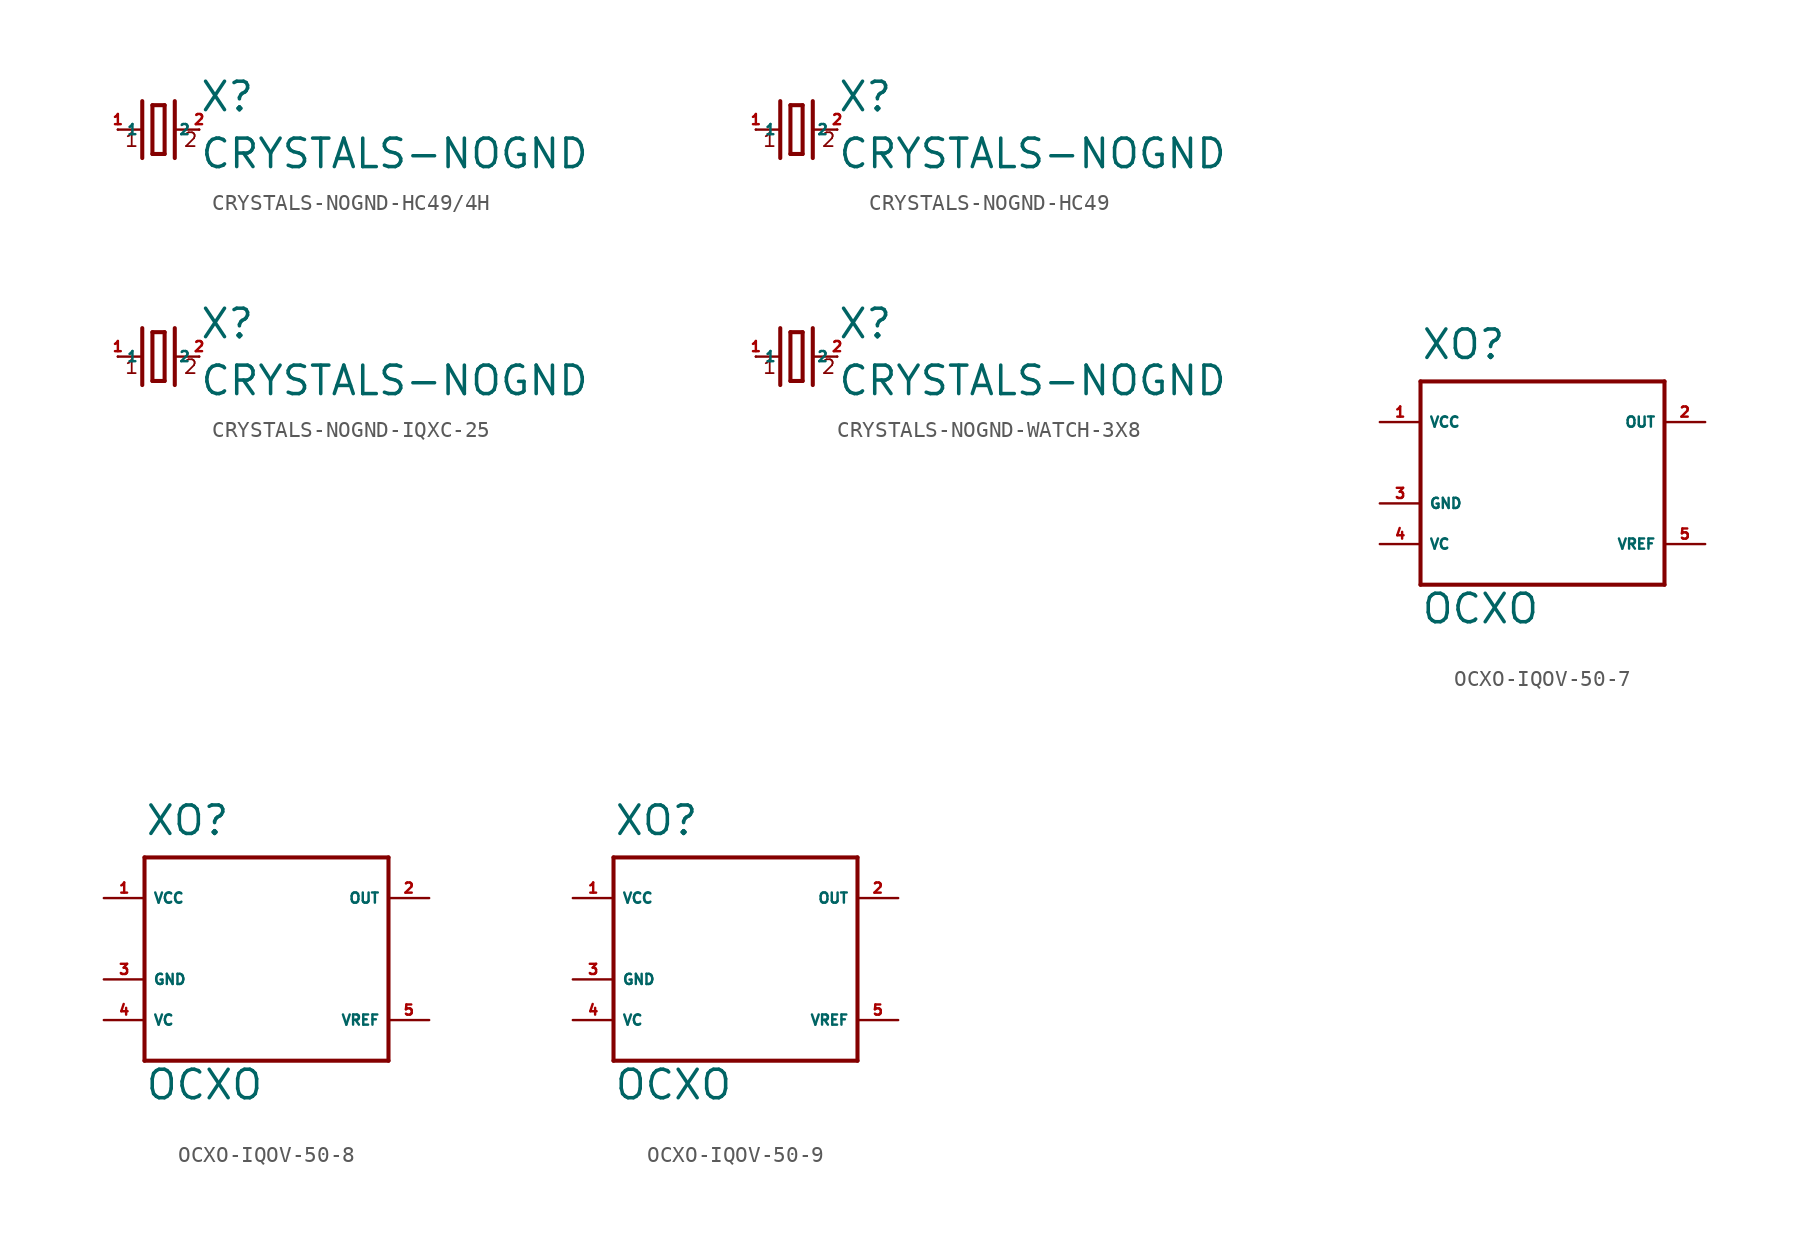
<source format=kicad_sym>
(kicad_symbol_lib
  (version 20220914)
  (generator Eagle2Kicad)
  (symbol "CRYSTALS-NOGND-HC49/4H"
    (property "Reference" "X"
      (at 2.54 1.016 0)
      (effects (font (size 1.778 1.778) (thickness 0.22)) (justify left bottom)))
    (property "Value" "CRYSTALS-NOGND"
      (at 2.54 -2.54 0)
      (effects (font (size 1.778 1.778) (thickness 0.22)) (justify left bottom)))
    (polyline
      (pts (xy 1.016 0) (xy 2.54 0))
      (stroke (width 0.152) (type default))
      (fill (type none)))
    (polyline
      (pts (xy -2.54 0) (xy -1.016 0))
      (stroke (width 0.152) (type default))
      (fill (type none)))
    (polyline
      (pts (xy -0.381 1.524) (xy -0.381 -1.524))
      (stroke (width 0.254) (type default))
      (fill (type none)))
    (polyline
      (pts (xy -0.381 -1.524) (xy 0.381 -1.524))
      (stroke (width 0.254) (type default))
      (fill (type none)))
    (polyline
      (pts (xy 0.381 -1.524) (xy 0.381 1.524))
      (stroke (width 0.254) (type default))
      (fill (type none)))
    (polyline
      (pts (xy 0.381 1.524) (xy -0.381 1.524))
      (stroke (width 0.254) (type default))
      (fill (type none)))
    (polyline
      (pts (xy 1.016 1.778) (xy 1.016 -1.778))
      (stroke (width 0.254) (type default))
      (fill (type none)))
    (polyline
      (pts (xy -1.016 1.778) (xy -1.016 -1.778))
      (stroke (width 0.254) (type default))
      (fill (type none)))
    (text "1"
      (at -2.159 -1.143 0)
      (effects (font (size 0.864 0.864) (thickness 0.11)) (justify left bottom)))
    (text "2"
      (at 1.524 -1.143 0)
      (effects (font (size 0.864 0.864) (thickness 0.11)) (justify left bottom)))
    (pin passive line
      (at 2.54 0 180)
      (length 0)
      (name "2" (effects (font (size 0.635 0.635) (thickness 0.08)) (justify left bottom)))
      (number "2" (effects (font (size 0.635 0.635) (thickness 0.08)) (justify left bottom))))
    (pin passive line
      (at -2.54 0 0)
      (length 0)
      (name "1" (effects (font (size 0.635 0.635) (thickness 0.08)) (justify left bottom)))
      (number "1" (effects (font (size 0.635 0.635) (thickness 0.08)) (justify left bottom)))))
  (symbol "CRYSTALS-NOGND-HC49"
    (property "Reference" "X"
      (at 2.54 1.016 0)
      (effects (font (size 1.778 1.778) (thickness 0.22)) (justify left bottom)))
    (property "Value" "CRYSTALS-NOGND"
      (at 2.54 -2.54 0)
      (effects (font (size 1.778 1.778) (thickness 0.22)) (justify left bottom)))
    (polyline
      (pts (xy 1.016 0) (xy 2.54 0))
      (stroke (width 0.152) (type default))
      (fill (type none)))
    (polyline
      (pts (xy -2.54 0) (xy -1.016 0))
      (stroke (width 0.152) (type default))
      (fill (type none)))
    (polyline
      (pts (xy -0.381 1.524) (xy -0.381 -1.524))
      (stroke (width 0.254) (type default))
      (fill (type none)))
    (polyline
      (pts (xy -0.381 -1.524) (xy 0.381 -1.524))
      (stroke (width 0.254) (type default))
      (fill (type none)))
    (polyline
      (pts (xy 0.381 -1.524) (xy 0.381 1.524))
      (stroke (width 0.254) (type default))
      (fill (type none)))
    (polyline
      (pts (xy 0.381 1.524) (xy -0.381 1.524))
      (stroke (width 0.254) (type default))
      (fill (type none)))
    (polyline
      (pts (xy 1.016 1.778) (xy 1.016 -1.778))
      (stroke (width 0.254) (type default))
      (fill (type none)))
    (polyline
      (pts (xy -1.016 1.778) (xy -1.016 -1.778))
      (stroke (width 0.254) (type default))
      (fill (type none)))
    (text "1"
      (at -2.159 -1.143 0)
      (effects (font (size 0.864 0.864) (thickness 0.11)) (justify left bottom)))
    (text "2"
      (at 1.524 -1.143 0)
      (effects (font (size 0.864 0.864) (thickness 0.11)) (justify left bottom)))
    (pin passive line
      (at 2.54 0 180)
      (length 0)
      (name "2" (effects (font (size 0.635 0.635) (thickness 0.08)) (justify left bottom)))
      (number "2" (effects (font (size 0.635 0.635) (thickness 0.08)) (justify left bottom))))
    (pin passive line
      (at -2.54 0 0)
      (length 0)
      (name "1" (effects (font (size 0.635 0.635) (thickness 0.08)) (justify left bottom)))
      (number "1" (effects (font (size 0.635 0.635) (thickness 0.08)) (justify left bottom)))))
  (symbol "CRYSTALS-NOGND-IQXC-25"
    (property "Reference" "X"
      (at 2.54 1.016 0)
      (effects (font (size 1.778 1.778) (thickness 0.22)) (justify left bottom)))
    (property "Value" "CRYSTALS-NOGND"
      (at 2.54 -2.54 0)
      (effects (font (size 1.778 1.778) (thickness 0.22)) (justify left bottom)))
    (polyline
      (pts (xy 1.016 0) (xy 2.54 0))
      (stroke (width 0.152) (type default))
      (fill (type none)))
    (polyline
      (pts (xy -2.54 0) (xy -1.016 0))
      (stroke (width 0.152) (type default))
      (fill (type none)))
    (polyline
      (pts (xy -0.381 1.524) (xy -0.381 -1.524))
      (stroke (width 0.254) (type default))
      (fill (type none)))
    (polyline
      (pts (xy -0.381 -1.524) (xy 0.381 -1.524))
      (stroke (width 0.254) (type default))
      (fill (type none)))
    (polyline
      (pts (xy 0.381 -1.524) (xy 0.381 1.524))
      (stroke (width 0.254) (type default))
      (fill (type none)))
    (polyline
      (pts (xy 0.381 1.524) (xy -0.381 1.524))
      (stroke (width 0.254) (type default))
      (fill (type none)))
    (polyline
      (pts (xy 1.016 1.778) (xy 1.016 -1.778))
      (stroke (width 0.254) (type default))
      (fill (type none)))
    (polyline
      (pts (xy -1.016 1.778) (xy -1.016 -1.778))
      (stroke (width 0.254) (type default))
      (fill (type none)))
    (text "1"
      (at -2.159 -1.143 0)
      (effects (font (size 0.864 0.864) (thickness 0.11)) (justify left bottom)))
    (text "2"
      (at 1.524 -1.143 0)
      (effects (font (size 0.864 0.864) (thickness 0.11)) (justify left bottom)))
    (pin passive line
      (at 2.54 0 180)
      (length 0)
      (name "2" (effects (font (size 0.635 0.635) (thickness 0.08)) (justify left bottom)))
      (number "2" (effects (font (size 0.635 0.635) (thickness 0.08)) (justify left bottom))))
    (pin passive line
      (at -2.54 0 0)
      (length 0)
      (name "1" (effects (font (size 0.635 0.635) (thickness 0.08)) (justify left bottom)))
      (number "1" (effects (font (size 0.635 0.635) (thickness 0.08)) (justify left bottom)))))
  (symbol "CRYSTALS-NOGND-WATCH-3X8"
    (property "Reference" "X"
      (at 2.54 1.016 0)
      (effects (font (size 1.778 1.778) (thickness 0.22)) (justify left bottom)))
    (property "Value" "CRYSTALS-NOGND"
      (at 2.54 -2.54 0)
      (effects (font (size 1.778 1.778) (thickness 0.22)) (justify left bottom)))
    (polyline
      (pts (xy 1.016 0) (xy 2.54 0))
      (stroke (width 0.152) (type default))
      (fill (type none)))
    (polyline
      (pts (xy -2.54 0) (xy -1.016 0))
      (stroke (width 0.152) (type default))
      (fill (type none)))
    (polyline
      (pts (xy -0.381 1.524) (xy -0.381 -1.524))
      (stroke (width 0.254) (type default))
      (fill (type none)))
    (polyline
      (pts (xy -0.381 -1.524) (xy 0.381 -1.524))
      (stroke (width 0.254) (type default))
      (fill (type none)))
    (polyline
      (pts (xy 0.381 -1.524) (xy 0.381 1.524))
      (stroke (width 0.254) (type default))
      (fill (type none)))
    (polyline
      (pts (xy 0.381 1.524) (xy -0.381 1.524))
      (stroke (width 0.254) (type default))
      (fill (type none)))
    (polyline
      (pts (xy 1.016 1.778) (xy 1.016 -1.778))
      (stroke (width 0.254) (type default))
      (fill (type none)))
    (polyline
      (pts (xy -1.016 1.778) (xy -1.016 -1.778))
      (stroke (width 0.254) (type default))
      (fill (type none)))
    (text "1"
      (at -2.159 -1.143 0)
      (effects (font (size 0.864 0.864) (thickness 0.11)) (justify left bottom)))
    (text "2"
      (at 1.524 -1.143 0)
      (effects (font (size 0.864 0.864) (thickness 0.11)) (justify left bottom)))
    (pin passive line
      (at 2.54 0 180)
      (length 0)
      (name "2" (effects (font (size 0.635 0.635) (thickness 0.08)) (justify left bottom)))
      (number "2" (effects (font (size 0.635 0.635) (thickness 0.08)) (justify left bottom))))
    (pin passive line
      (at -2.54 0 0)
      (length 0)
      (name "1" (effects (font (size 0.635 0.635) (thickness 0.08)) (justify left bottom)))
      (number "1" (effects (font (size 0.635 0.635) (thickness 0.08)) (justify left bottom)))))
  (symbol "OCXO-IQOV-50-7"
    (property "Reference" "XO"
      (at -7.62 8.89 0)
      (effects (font (size 1.778 1.778) (thickness 0.22)) (justify left bottom)))
    (property "Value" "OCXO"
      (at -7.62 -7.62 0)
      (effects (font (size 1.778 1.778) (thickness 0.22)) (justify left bottom)))
    (polyline
      (pts (xy -7.62 7.62) (xy -7.62 -5.08))
      (stroke (width 0.254) (type default))
      (fill (type none)))
    (polyline
      (pts (xy -7.62 -5.08) (xy 7.62 -5.08))
      (stroke (width 0.254) (type default))
      (fill (type none)))
    (polyline
      (pts (xy 7.62 -5.08) (xy 7.62 7.62))
      (stroke (width 0.254) (type default))
      (fill (type none)))
    (polyline
      (pts (xy 7.62 7.62) (xy -7.62 7.62))
      (stroke (width 0.254) (type default))
      (fill (type none)))
    (pin unspecified line
      (at -10.16 5.08 0)
      (length 2.54)
      (name "VCC" (effects (font (size 0.635 0.635) (thickness 0.08)) (justify left bottom)))
      (number "1" (effects (font (size 0.635 0.635) (thickness 0.08)) (justify left bottom))))
    (pin unspecified line
      (at -10.16 0 0)
      (length 2.54)
      (name "GND" (effects (font (size 0.635 0.635) (thickness 0.08)) (justify left bottom)))
      (number "3" (effects (font (size 0.635 0.635) (thickness 0.08)) (justify left bottom))))
    (pin output line
      (at 10.16 5.08 180)
      (length 2.54)
      (name "OUT" (effects (font (size 0.635 0.635) (thickness 0.08)) (justify left bottom)))
      (number "2" (effects (font (size 0.635 0.635) (thickness 0.08)) (justify left bottom))))
    (pin input line
      (at -10.16 -2.54 0)
      (length 2.54)
      (name "VC" (effects (font (size 0.635 0.635) (thickness 0.08)) (justify left bottom)))
      (number "4" (effects (font (size 0.635 0.635) (thickness 0.08)) (justify left bottom))))
    (pin output line
      (at 10.16 -2.54 180)
      (length 2.54)
      (name "VREF" (effects (font (size 0.635 0.635) (thickness 0.08)) (justify left bottom)))
      (number "5" (effects (font (size 0.635 0.635) (thickness 0.08)) (justify left bottom)))))
  (symbol "OCXO-IQOV-50-8"
    (property "Reference" "XO"
      (at -7.62 8.89 0)
      (effects (font (size 1.778 1.778) (thickness 0.22)) (justify left bottom)))
    (property "Value" "OCXO"
      (at -7.62 -7.62 0)
      (effects (font (size 1.778 1.778) (thickness 0.22)) (justify left bottom)))
    (polyline
      (pts (xy -7.62 7.62) (xy -7.62 -5.08))
      (stroke (width 0.254) (type default))
      (fill (type none)))
    (polyline
      (pts (xy -7.62 -5.08) (xy 7.62 -5.08))
      (stroke (width 0.254) (type default))
      (fill (type none)))
    (polyline
      (pts (xy 7.62 -5.08) (xy 7.62 7.62))
      (stroke (width 0.254) (type default))
      (fill (type none)))
    (polyline
      (pts (xy 7.62 7.62) (xy -7.62 7.62))
      (stroke (width 0.254) (type default))
      (fill (type none)))
    (pin unspecified line
      (at -10.16 5.08 0)
      (length 2.54)
      (name "VCC" (effects (font (size 0.635 0.635) (thickness 0.08)) (justify left bottom)))
      (number "1" (effects (font (size 0.635 0.635) (thickness 0.08)) (justify left bottom))))
    (pin unspecified line
      (at -10.16 0 0)
      (length 2.54)
      (name "GND" (effects (font (size 0.635 0.635) (thickness 0.08)) (justify left bottom)))
      (number "3" (effects (font (size 0.635 0.635) (thickness 0.08)) (justify left bottom))))
    (pin output line
      (at 10.16 5.08 180)
      (length 2.54)
      (name "OUT" (effects (font (size 0.635 0.635) (thickness 0.08)) (justify left bottom)))
      (number "2" (effects (font (size 0.635 0.635) (thickness 0.08)) (justify left bottom))))
    (pin input line
      (at -10.16 -2.54 0)
      (length 2.54)
      (name "VC" (effects (font (size 0.635 0.635) (thickness 0.08)) (justify left bottom)))
      (number "4" (effects (font (size 0.635 0.635) (thickness 0.08)) (justify left bottom))))
    (pin output line
      (at 10.16 -2.54 180)
      (length 2.54)
      (name "VREF" (effects (font (size 0.635 0.635) (thickness 0.08)) (justify left bottom)))
      (number "5" (effects (font (size 0.635 0.635) (thickness 0.08)) (justify left bottom)))))
  (symbol "OCXO-IQOV-50-9"
    (property "Reference" "XO"
      (at -7.62 8.89 0)
      (effects (font (size 1.778 1.778) (thickness 0.22)) (justify left bottom)))
    (property "Value" "OCXO"
      (at -7.62 -7.62 0)
      (effects (font (size 1.778 1.778) (thickness 0.22)) (justify left bottom)))
    (polyline
      (pts (xy -7.62 7.62) (xy -7.62 -5.08))
      (stroke (width 0.254) (type default))
      (fill (type none)))
    (polyline
      (pts (xy -7.62 -5.08) (xy 7.62 -5.08))
      (stroke (width 0.254) (type default))
      (fill (type none)))
    (polyline
      (pts (xy 7.62 -5.08) (xy 7.62 7.62))
      (stroke (width 0.254) (type default))
      (fill (type none)))
    (polyline
      (pts (xy 7.62 7.62) (xy -7.62 7.62))
      (stroke (width 0.254) (type default))
      (fill (type none)))
    (pin unspecified line
      (at -10.16 5.08 0)
      (length 2.54)
      (name "VCC" (effects (font (size 0.635 0.635) (thickness 0.08)) (justify left bottom)))
      (number "1" (effects (font (size 0.635 0.635) (thickness 0.08)) (justify left bottom))))
    (pin unspecified line
      (at -10.16 0 0)
      (length 2.54)
      (name "GND" (effects (font (size 0.635 0.635) (thickness 0.08)) (justify left bottom)))
      (number "3" (effects (font (size 0.635 0.635) (thickness 0.08)) (justify left bottom))))
    (pin output line
      (at 10.16 5.08 180)
      (length 2.54)
      (name "OUT" (effects (font (size 0.635 0.635) (thickness 0.08)) (justify left bottom)))
      (number "2" (effects (font (size 0.635 0.635) (thickness 0.08)) (justify left bottom))))
    (pin input line
      (at -10.16 -2.54 0)
      (length 2.54)
      (name "VC" (effects (font (size 0.635 0.635) (thickness 0.08)) (justify left bottom)))
      (number "4" (effects (font (size 0.635 0.635) (thickness 0.08)) (justify left bottom))))
    (pin output line
      (at 10.16 -2.54 180)
      (length 2.54)
      (name "VREF" (effects (font (size 0.635 0.635) (thickness 0.08)) (justify left bottom)))
      (number "5" (effects (font (size 0.635 0.635) (thickness 0.08)) (justify left bottom))))))
</source>
